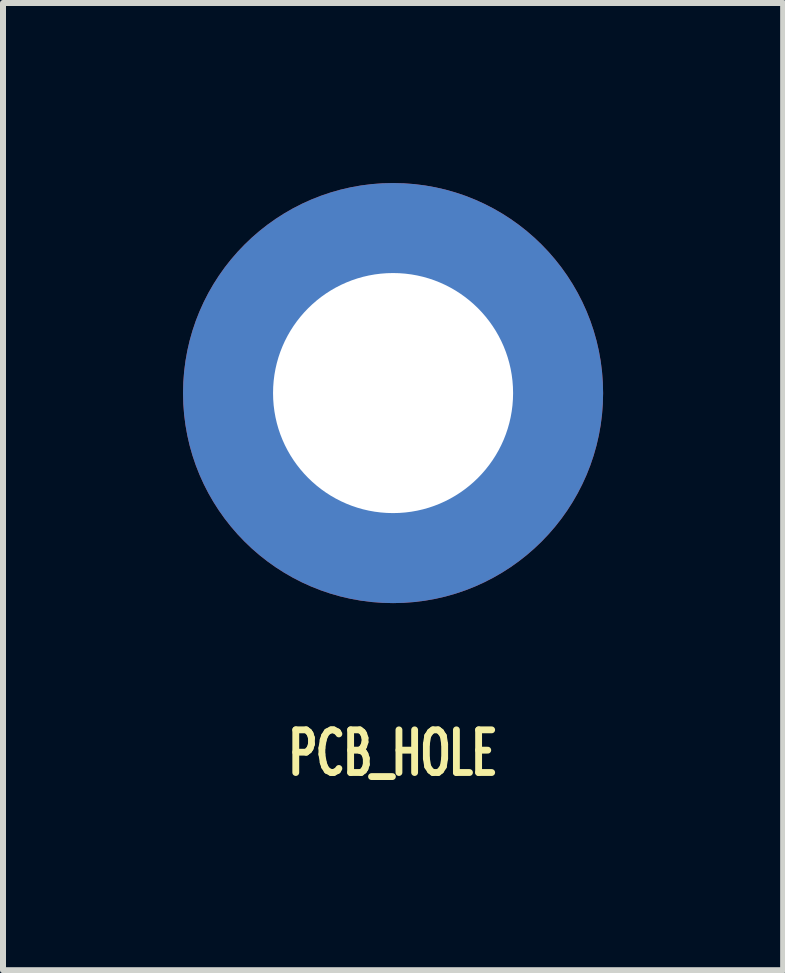
<source format=kicad_pcb>
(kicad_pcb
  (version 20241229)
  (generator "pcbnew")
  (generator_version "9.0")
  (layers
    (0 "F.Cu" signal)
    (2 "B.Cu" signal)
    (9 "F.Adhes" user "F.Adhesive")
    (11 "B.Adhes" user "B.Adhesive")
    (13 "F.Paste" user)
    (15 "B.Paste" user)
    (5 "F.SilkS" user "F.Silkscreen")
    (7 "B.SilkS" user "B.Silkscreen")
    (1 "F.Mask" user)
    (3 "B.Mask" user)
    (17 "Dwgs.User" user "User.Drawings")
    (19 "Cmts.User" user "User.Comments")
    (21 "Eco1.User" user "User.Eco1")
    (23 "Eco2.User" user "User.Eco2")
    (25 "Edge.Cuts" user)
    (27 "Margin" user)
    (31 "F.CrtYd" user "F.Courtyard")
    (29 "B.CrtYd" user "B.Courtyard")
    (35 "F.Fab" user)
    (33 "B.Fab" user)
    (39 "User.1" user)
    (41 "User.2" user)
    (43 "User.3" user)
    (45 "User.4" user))
  (footprint "PCB_HOLE"
    (layer "F.Cu")
    (at 3.5 3.5)
    (property "Reference" "PCB_HOLE" (at 0 6 0) (layer "F.SilkS") (effects (font (size 0.711 0.457) (thickness 0.114))))
    (attr through_hole)
    (pad "1" thru_hole circle (at 0 0) (size 7 7) (drill 4) (layers "*.Cu" "*.Mask")))
  (gr_rect
    (start -3 -3)
    (end 10 13.117)
    (stroke (width 0.1) (type default))
    (fill no)
    (layer "Edge.Cuts")))
</source>
